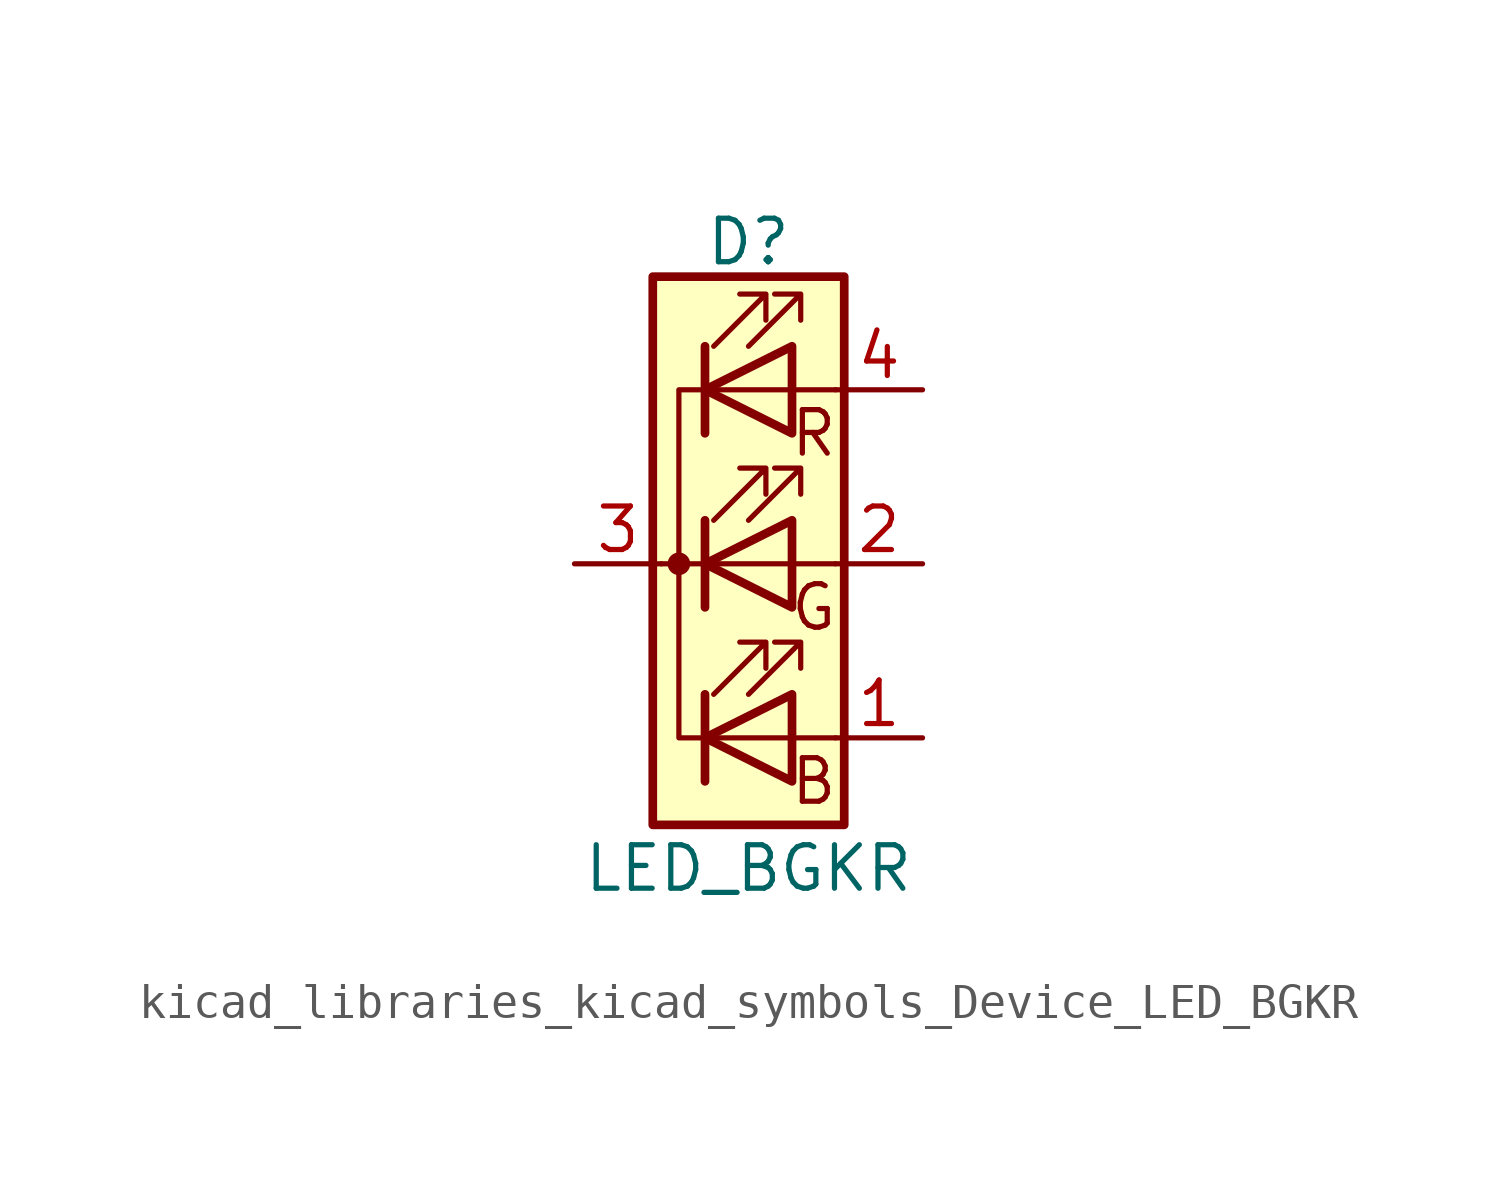
<source format=kicad_sym>
(kicad_symbol_lib
  (version 20220914)
  (generator kicad_symbol_editor)
  (symbol "kicad_libraries_kicad_symbols_Device_LED_BGKR"
    (pin_names
      (offset 0) hide)
    (property "Reference" "D"
      (at 0 9.398 0)
      (effects (font (size 1.27 1.27))))
    (property "Value" "LED_BGKR"
      (at 0 -8.89 0)
      (effects (font (size 1.27 1.27))))
    (symbol "kicad_libraries_kicad_symbols_Device_LED_BGKR_0_0"
      (text "B" (at 1.905 -6.35 0) (effects (font (size 1.27 1.27))))
      (text "G" (at 1.905 -1.27 0) (effects (font (size 1.27 1.27))))
      (text "R" (at 1.905 3.81 0) (effects (font (size 1.27 1.27)))))
    (symbol "kicad_libraries_kicad_symbols_Device_LED_BGKR_0_1"
      (circle (center -2.032 0) (radius 0.254) (stroke (width 0) (type default)) (fill (type outline)))
      (polyline (pts (xy -1.27 -5.08) (xy 1.27 -5.08)) (stroke (width 0) (type default)) (fill (type none)))
      (polyline (pts (xy -1.27 -3.81) (xy -1.27 -6.35)) (stroke (width 0.254) (type default)) (fill (type none)))
      (polyline (pts (xy -1.27 0) (xy -2.54 0)) (stroke (width 0) (type default)) (fill (type none)))
      (polyline (pts (xy -1.27 1.27) (xy -1.27 -1.27)) (stroke (width 0.254) (type default)) (fill (type none)))
      (polyline (pts (xy -1.27 5.08) (xy 1.27 5.08)) (stroke (width 0) (type default)) (fill (type none)))
      (polyline (pts (xy -1.27 6.35) (xy -1.27 3.81)) (stroke (width 0.254) (type default)) (fill (type none)))
      (polyline (pts (xy 1.27 -5.08) (xy 2.54 -5.08)) (stroke (width 0) (type default)) (fill (type none)))
      (polyline (pts (xy 1.27 0) (xy -1.27 0)) (stroke (width 0) (type default)) (fill (type none)))
      (polyline (pts (xy 1.27 0) (xy 2.54 0)) (stroke (width 0) (type default)) (fill (type none)))
      (polyline (pts (xy 1.27 5.08) (xy 2.54 5.08)) (stroke (width 0) (type default)) (fill (type none)))
      (polyline (pts (xy -1.27 1.27) (xy -1.27 -1.27) (xy -1.27 -1.27)) (stroke (width 0) (type default)) (fill (type none)))
      (polyline (pts (xy -1.27 6.35) (xy -1.27 3.81) (xy -1.27 3.81)) (stroke (width 0) (type default)) (fill (type none)))
      (polyline (pts (xy -1.27 5.08) (xy -2.032 5.08) (xy -2.032 -5.08) (xy -1.016 -5.08)) (stroke (width 0) (type default)) (fill (type none)))
      (polyline (pts (xy 1.27 -3.81) (xy 1.27 -6.35) (xy -1.27 -5.08) (xy 1.27 -3.81)) (stroke (width 0.254) (type default)) (fill (type none)))
      (polyline (pts (xy 1.27 1.27) (xy 1.27 -1.27) (xy -1.27 0) (xy 1.27 1.27)) (stroke (width 0.254) (type default)) (fill (type none)))
      (polyline (pts (xy 1.27 6.35) (xy 1.27 3.81) (xy -1.27 5.08) (xy 1.27 6.35)) (stroke (width 0.254) (type default)) (fill (type none)))
      (polyline (pts (xy -1.016 -3.81) (xy 0.508 -2.286) (xy -0.254 -2.286) (xy 0.508 -2.286) (xy 0.508 -3.048)) (stroke (width 0) (type default)) (fill (type none)))
      (polyline (pts (xy -1.016 1.27) (xy 0.508 2.794) (xy -0.254 2.794) (xy 0.508 2.794) (xy 0.508 2.032)) (stroke (width 0) (type default)) (fill (type none)))
      (polyline (pts (xy -1.016 6.35) (xy 0.508 7.874) (xy -0.254 7.874) (xy 0.508 7.874) (xy 0.508 7.112)) (stroke (width 0) (type default)) (fill (type none)))
      (polyline (pts (xy 0 -3.81) (xy 1.524 -2.286) (xy 0.762 -2.286) (xy 1.524 -2.286) (xy 1.524 -3.048)) (stroke (width 0) (type default)) (fill (type none)))
      (polyline (pts (xy 0 1.27) (xy 1.524 2.794) (xy 0.762 2.794) (xy 1.524 2.794) (xy 1.524 2.032)) (stroke (width 0) (type default)) (fill (type none)))
      (polyline (pts (xy 0 6.35) (xy 1.524 7.874) (xy 0.762 7.874) (xy 1.524 7.874) (xy 1.524 7.112)) (stroke (width 0) (type default)) (fill (type none)))
      (rectangle (start 1.27 -1.27) (end 1.27 1.27) (stroke (width 0) (type default)) (fill (type none)))
      (rectangle (start 1.27 1.27) (end 1.27 1.27) (stroke (width 0) (type default)) (fill (type none)))
      (rectangle (start 1.27 3.81) (end 1.27 6.35) (stroke (width 0) (type default)) (fill (type none)))
      (rectangle (start 1.27 6.35) (end 1.27 6.35) (stroke (width 0) (type default)) (fill (type none)))
      (rectangle (start 2.794 8.382) (end -2.794 -7.62) (stroke (width 0.254) (type default)) (fill (type background))))
    (symbol "kicad_libraries_kicad_symbols_Device_LED_BGKR_1_1"
      (pin passive line (at 5.08 -5.08 180) (length 2.54) (name "BA" (effects (font (size 1.27 1.27)))) (number "1" (effects (font (size 1.27 1.27)))))
      (pin passive line (at 5.08 0 180) (length 2.54) (name "GA" (effects (font (size 1.27 1.27)))) (number "2" (effects (font (size 1.27 1.27)))))
      (pin passive line (at -5.08 0 0) (length 2.54) (name "K" (effects (font (size 1.27 1.27)))) (number "3" (effects (font (size 1.27 1.27)))))
      (pin passive line (at 5.08 5.08 180) (length 2.54) (name "RA" (effects (font (size 1.27 1.27)))) (number "4" (effects (font (size 1.27 1.27))))))))
</source>
